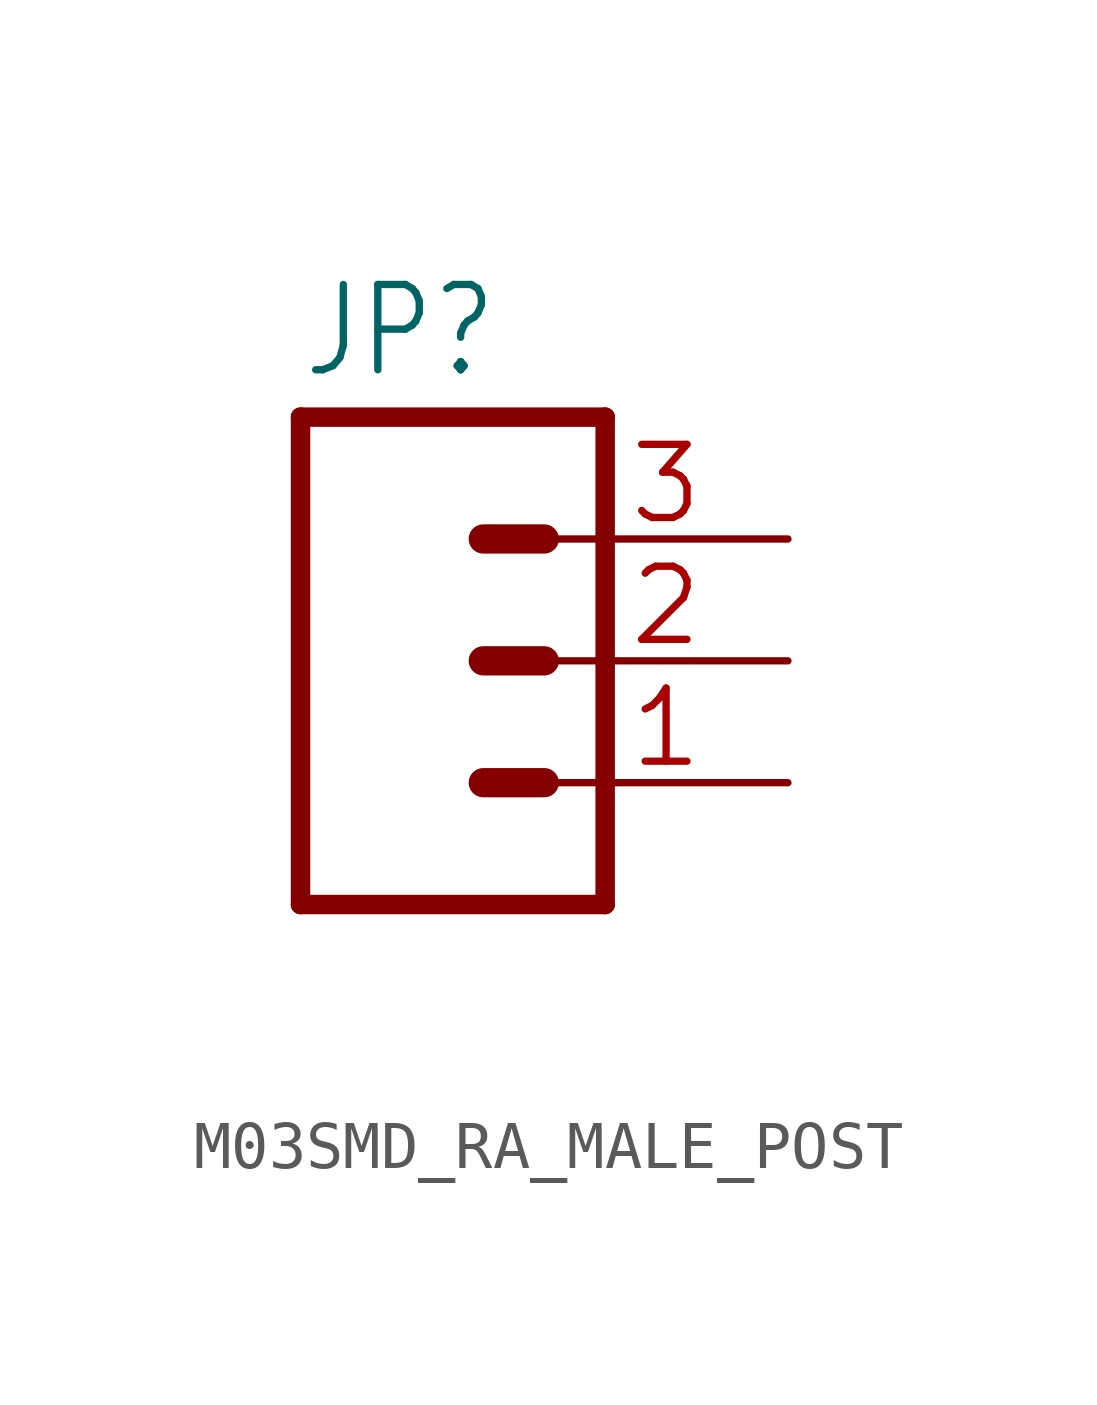
<source format=kicad_sym>
(kicad_symbol_lib
  (version 20241209)
  (generator "kicad_symbol_editor")
  (generator_version "9.0")
  (symbol "M03SMD_RA_MALE_POST"
    (property "Reference" "JP"
      (at -2.54 5.842 0)
      (effects (font (size 1.778 1.511)) (justify left bottom)))
    (property "Value" ""
      (at -2.54 -7.62 0)
      (effects (font (size 1.778 1.511)) (justify left bottom)))
    (property "ki_locked" ""
      (at 0 0 0)
      (effects (font (size 1.27 1.27))))
    (symbol "M03SMD_RA_MALE_POST_1_0"
      (polyline (pts (xy -2.54 5.08) (xy -2.54 -5.08)) (stroke (width 0.406) (type solid)) (fill (type none)))
      (polyline (pts (xy -2.54 5.08) (xy 3.81 5.08)) (stroke (width 0.406) (type solid)) (fill (type none)))
      (polyline (pts (xy 1.27 2.54) (xy 2.54 2.54)) (stroke (width 0.61) (type solid)) (fill (type none)))
      (polyline (pts (xy 1.27 0) (xy 2.54 0)) (stroke (width 0.61) (type solid)) (fill (type none)))
      (polyline (pts (xy 1.27 -2.54) (xy 2.54 -2.54)) (stroke (width 0.61) (type solid)) (fill (type none)))
      (polyline (pts (xy 3.81 -5.08) (xy -2.54 -5.08)) (stroke (width 0.406) (type solid)) (fill (type none)))
      (polyline (pts (xy 3.81 -5.08) (xy 3.81 5.08)) (stroke (width 0.406) (type solid)) (fill (type none)))
      (pin passive line (at 7.62 2.54 180) (length 5.08) (name "3" (effects (font (size 0 0)))) (number "3" (effects (font (size 1.524 1.524)))))
      (pin passive line (at 7.62 0 180) (length 5.08) (name "2" (effects (font (size 0 0)))) (number "2" (effects (font (size 1.524 1.524)))))
      (pin passive line (at 7.62 -2.54 180) (length 5.08) (name "1" (effects (font (size 0 0)))) (number "1" (effects (font (size 1.524 1.524))))))))
</source>
